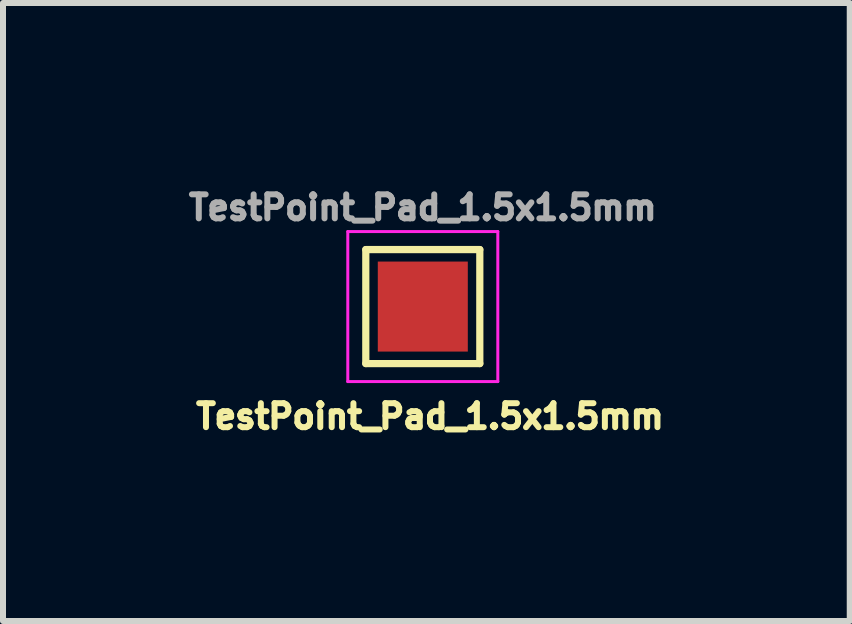
<source format=kicad_pcb>
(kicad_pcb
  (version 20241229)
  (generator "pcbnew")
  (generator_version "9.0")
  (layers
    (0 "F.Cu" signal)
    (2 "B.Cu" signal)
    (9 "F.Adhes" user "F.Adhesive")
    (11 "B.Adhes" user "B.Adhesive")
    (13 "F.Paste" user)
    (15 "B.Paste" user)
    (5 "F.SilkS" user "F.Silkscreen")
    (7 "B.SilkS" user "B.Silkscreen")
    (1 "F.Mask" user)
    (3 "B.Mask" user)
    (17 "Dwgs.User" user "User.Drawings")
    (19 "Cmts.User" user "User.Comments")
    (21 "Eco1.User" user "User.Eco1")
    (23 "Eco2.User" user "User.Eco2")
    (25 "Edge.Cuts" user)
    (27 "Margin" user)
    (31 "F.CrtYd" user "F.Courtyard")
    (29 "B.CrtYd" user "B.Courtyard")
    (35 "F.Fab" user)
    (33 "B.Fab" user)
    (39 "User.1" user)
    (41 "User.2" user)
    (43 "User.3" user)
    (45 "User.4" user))
  (footprint "TestPoint_Pad_1.5x1.5mm"
    (layer "F.Cu")
    (at 3.996 2.059)
    (property "Reference" "TestPoint_Pad_1.5x1.5mm" (at 0.12 1.83 0) (layer "F.SilkS") (effects (font (size 0.4 0.4) (thickness 0.15))))
    (attr exclude_from_pos_files)
    (fp_line (start -0.95 -0.95) (end 0.95 -0.95) (stroke (width 0.12) (type solid)) (layer "F.SilkS"))
    (fp_line (start -0.95 0.95) (end -0.95 -0.95) (stroke (width 0.12) (type solid)) (layer "F.SilkS"))
    (fp_line (start 0.95 -0.95) (end 0.95 0.95) (stroke (width 0.12) (type solid)) (layer "F.SilkS"))
    (fp_line (start 0.95 0.95) (end -0.95 0.95) (stroke (width 0.12) (type solid)) (layer "F.SilkS"))
    (fp_line (start -1.25 -1.25) (end -1.25 1.25) (stroke (width 0.05) (type solid)) (layer "F.CrtYd"))
    (fp_line (start -1.25 -1.25) (end 1.25 -1.25) (stroke (width 0.05) (type solid)) (layer "F.CrtYd"))
    (fp_line (start 1.25 1.25) (end -1.25 1.25) (stroke (width 0.05) (type solid)) (layer "F.CrtYd"))
    (fp_line (start 1.25 1.25) (end 1.25 -1.25) (stroke (width 0.05) (type solid)) (layer "F.CrtYd"))
    (fp_text user "${REFERENCE}" (at 0 -1.65 0) (layer "F.Fab") (effects (font (size 0.4 0.4) (thickness 0.15))))
    (pad "1" smd rect (at 0 0) (size 1.5 1.5) (layers "F.Cu" "F.Mask")))
  (gr_rect
    (start -3 -3)
    (end 11.111 7.299)
    (stroke (width 0.1) (type default))
    (fill no)
    (layer "Edge.Cuts")))
</source>
